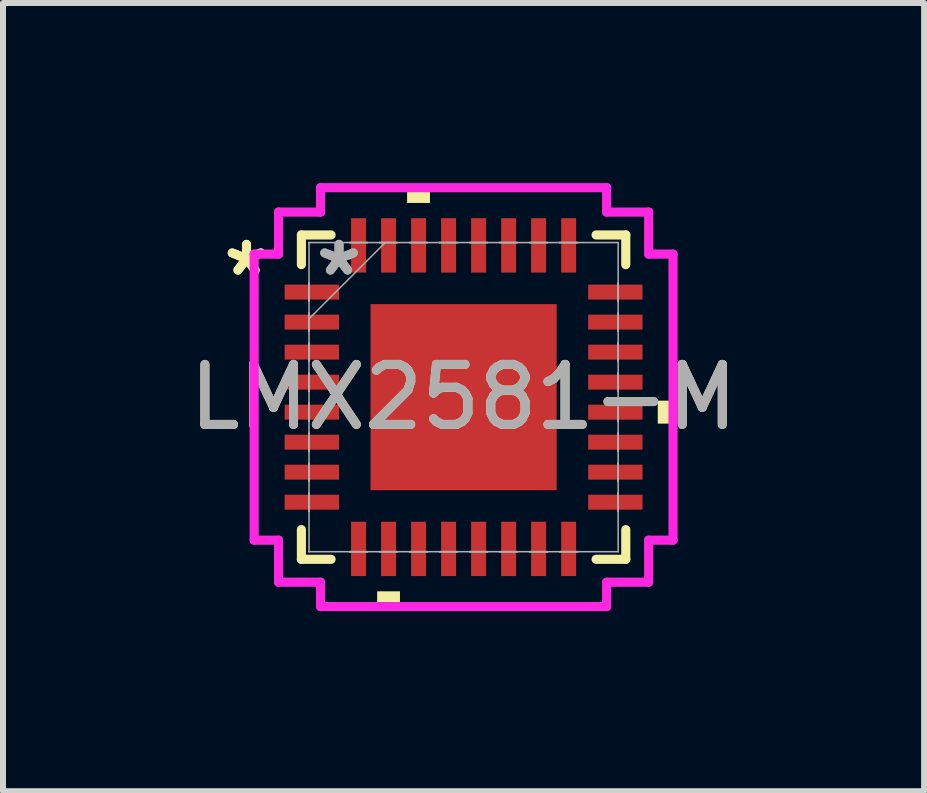
<source format=kicad_pcb>
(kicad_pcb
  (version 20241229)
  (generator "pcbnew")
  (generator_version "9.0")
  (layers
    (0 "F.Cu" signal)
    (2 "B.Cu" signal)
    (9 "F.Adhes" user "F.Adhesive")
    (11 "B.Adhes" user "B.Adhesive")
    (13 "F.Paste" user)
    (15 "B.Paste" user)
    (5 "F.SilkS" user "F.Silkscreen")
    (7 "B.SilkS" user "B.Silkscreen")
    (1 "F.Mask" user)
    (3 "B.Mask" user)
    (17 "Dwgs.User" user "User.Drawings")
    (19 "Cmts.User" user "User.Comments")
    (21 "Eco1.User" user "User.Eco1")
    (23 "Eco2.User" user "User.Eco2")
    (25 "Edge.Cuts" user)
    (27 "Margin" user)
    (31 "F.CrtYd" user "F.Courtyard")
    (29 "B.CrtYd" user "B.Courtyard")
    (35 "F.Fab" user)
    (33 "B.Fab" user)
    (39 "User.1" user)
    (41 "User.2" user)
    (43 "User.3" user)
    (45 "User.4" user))
  (footprint "LMX2581-M"
    (layer "F.Cu")
    (at 4.673 3.566)
    (property "Reference" "LMX2581-M" (at 0 0 0) (unlocked yes) (layer "F.SilkS") (effects (font (size 1 1) (thickness 0.15))))
    (attr smd)
    (fp_line (start -2.702 -2.702) (end -2.702 -2.207) (stroke (width 0.152) (type solid)) (layer "F.SilkS"))
    (fp_line (start -2.702 2.207) (end -2.702 2.702) (stroke (width 0.152) (type solid)) (layer "F.SilkS"))
    (fp_line (start -2.702 2.702) (end -2.207 2.702) (stroke (width 0.152) (type solid)) (layer "F.SilkS"))
    (fp_line (start -2.207 -2.702) (end -2.702 -2.702) (stroke (width 0.152) (type solid)) (layer "F.SilkS"))
    (fp_line (start 2.207 2.702) (end 2.702 2.702) (stroke (width 0.152) (type solid)) (layer "F.SilkS"))
    (fp_line (start 2.702 -2.702) (end 2.207 -2.702) (stroke (width 0.152) (type solid)) (layer "F.SilkS"))
    (fp_line (start 2.702 -2.207) (end 2.702 -2.702) (stroke (width 0.152) (type solid)) (layer "F.SilkS"))
    (fp_line (start 2.702 2.702) (end 2.702 2.207) (stroke (width 0.152) (type solid)) (layer "F.SilkS"))
    (fp_poly (pts (xy -1.44 3.235) (xy -1.44 3.489) (xy -1.06 3.489) (xy -1.06 3.235)) (stroke (width 0) (type solid)) (fill yes) (layer "F.SilkS"))
    (fp_poly (pts (xy -0.941 -3.235) (xy -0.941 -3.489) (xy -0.56 -3.489) (xy -0.56 -3.235)) (stroke (width 0) (type solid)) (fill yes) (layer "F.SilkS"))
    (fp_poly (pts (xy 3.489 0.059) (xy 3.489 0.441) (xy 3.235 0.441) (xy 3.235 0.059)) (stroke (width 0) (type solid)) (fill yes) (layer "F.SilkS"))
    (fp_poly (pts (xy -1.45 -1.45) (xy -1.45 -0.1) (xy -0.1 -0.1) (xy -0.1 -1.45)) (stroke (width 0) (type solid)) (fill yes) (layer "F.Paste"))
    (fp_poly (pts (xy -1.45 0.1) (xy -1.45 1.45) (xy -0.1 1.45) (xy -0.1 0.1)) (stroke (width 0) (type solid)) (fill yes) (layer "F.Paste"))
    (fp_poly (pts (xy 0.1 -1.45) (xy 0.1 -0.1) (xy 1.45 -0.1) (xy 1.45 -1.45)) (stroke (width 0) (type solid)) (fill yes) (layer "F.Paste"))
    (fp_poly (pts (xy 0.1 0.1) (xy 0.1 1.45) (xy 1.45 1.45) (xy 1.45 0.1)) (stroke (width 0) (type solid)) (fill yes) (layer "F.Paste"))
    (fp_line (start -3.489 -2.383) (end -3.083 -2.383) (stroke (width 0.152) (type solid)) (layer "F.CrtYd"))
    (fp_line (start -3.489 2.383) (end -3.489 -2.383) (stroke (width 0.152) (type solid)) (layer "F.CrtYd"))
    (fp_line (start -3.083 -3.083) (end -2.383 -3.083) (stroke (width 0.152) (type solid)) (layer "F.CrtYd"))
    (fp_line (start -3.083 -2.383) (end -3.083 -3.083) (stroke (width 0.152) (type solid)) (layer "F.CrtYd"))
    (fp_line (start -3.083 2.383) (end -3.489 2.383) (stroke (width 0.152) (type solid)) (layer "F.CrtYd"))
    (fp_line (start -3.083 3.083) (end -3.083 2.383) (stroke (width 0.152) (type solid)) (layer "F.CrtYd"))
    (fp_line (start -2.383 -3.489) (end 2.383 -3.489) (stroke (width 0.152) (type solid)) (layer "F.CrtYd"))
    (fp_line (start -2.383 -3.083) (end -2.383 -3.489) (stroke (width 0.152) (type solid)) (layer "F.CrtYd"))
    (fp_line (start -2.383 3.083) (end -3.083 3.083) (stroke (width 0.152) (type solid)) (layer "F.CrtYd"))
    (fp_line (start -2.383 3.489) (end -2.383 3.083) (stroke (width 0.152) (type solid)) (layer "F.CrtYd"))
    (fp_line (start 2.383 -3.489) (end 2.383 -3.083) (stroke (width 0.152) (type solid)) (layer "F.CrtYd"))
    (fp_line (start 2.383 -3.083) (end 3.083 -3.083) (stroke (width 0.152) (type solid)) (layer "F.CrtYd"))
    (fp_line (start 2.383 3.083) (end 2.383 3.489) (stroke (width 0.152) (type solid)) (layer "F.CrtYd"))
    (fp_line (start 2.383 3.489) (end -2.383 3.489) (stroke (width 0.152) (type solid)) (layer "F.CrtYd"))
    (fp_line (start 3.083 -3.083) (end 3.083 -2.383) (stroke (width 0.152) (type solid)) (layer "F.CrtYd"))
    (fp_line (start 3.083 -2.383) (end 3.489 -2.383) (stroke (width 0.152) (type solid)) (layer "F.CrtYd"))
    (fp_line (start 3.083 2.383) (end 3.083 3.083) (stroke (width 0.152) (type solid)) (layer "F.CrtYd"))
    (fp_line (start 3.083 3.083) (end 2.383 3.083) (stroke (width 0.152) (type solid)) (layer "F.CrtYd"))
    (fp_line (start 3.489 -2.383) (end 3.489 2.383) (stroke (width 0.152) (type solid)) (layer "F.CrtYd"))
    (fp_line (start 3.489 2.383) (end 3.083 2.383) (stroke (width 0.152) (type solid)) (layer "F.CrtYd"))
    (fp_line (start -2.575 -2.575) (end -2.575 -2.575) (stroke (width 0.025) (type solid)) (layer "F.Fab"))
    (fp_line (start -2.575 -2.575) (end -2.575 2.575) (stroke (width 0.025) (type solid)) (layer "F.Fab"))
    (fp_line (start -2.575 -1.9) (end -2.575 -1.9) (stroke (width 0.025) (type solid)) (layer "F.Fab"))
    (fp_line (start -2.575 -1.9) (end -2.575 -1.6) (stroke (width 0.025) (type solid)) (layer "F.Fab"))
    (fp_line (start -2.575 -1.6) (end -2.575 -1.9) (stroke (width 0.025) (type solid)) (layer "F.Fab"))
    (fp_line (start -2.575 -1.6) (end -2.575 -1.6) (stroke (width 0.025) (type solid)) (layer "F.Fab"))
    (fp_line (start -2.575 -1.4) (end -2.575 -1.4) (stroke (width 0.025) (type solid)) (layer "F.Fab"))
    (fp_line (start -2.575 -1.4) (end -2.575 -1.1) (stroke (width 0.025) (type solid)) (layer "F.Fab"))
    (fp_line (start -2.575 -1.305) (end -1.305 -2.575) (stroke (width 0.025) (type solid)) (layer "F.Fab"))
    (fp_line (start -2.575 -1.1) (end -2.575 -1.4) (stroke (width 0.025) (type solid)) (layer "F.Fab"))
    (fp_line (start -2.575 -1.1) (end -2.575 -1.1) (stroke (width 0.025) (type solid)) (layer "F.Fab"))
    (fp_line (start -2.575 -0.9) (end -2.575 -0.9) (stroke (width 0.025) (type solid)) (layer "F.Fab"))
    (fp_line (start -2.575 -0.9) (end -2.575 -0.6) (stroke (width 0.025) (type solid)) (layer "F.Fab"))
    (fp_line (start -2.575 -0.6) (end -2.575 -0.9) (stroke (width 0.025) (type solid)) (layer "F.Fab"))
    (fp_line (start -2.575 -0.6) (end -2.575 -0.6) (stroke (width 0.025) (type solid)) (layer "F.Fab"))
    (fp_line (start -2.575 -0.4) (end -2.575 -0.4) (stroke (width 0.025) (type solid)) (layer "F.Fab"))
    (fp_line (start -2.575 -0.4) (end -2.575 -0.1) (stroke (width 0.025) (type solid)) (layer "F.Fab"))
    (fp_line (start -2.575 -0.1) (end -2.575 -0.4) (stroke (width 0.025) (type solid)) (layer "F.Fab"))
    (fp_line (start -2.575 -0.1) (end -2.575 -0.1) (stroke (width 0.025) (type solid)) (layer "F.Fab"))
    (fp_line (start -2.575 0.1) (end -2.575 0.1) (stroke (width 0.025) (type solid)) (layer "F.Fab"))
    (fp_line (start -2.575 0.1) (end -2.575 0.4) (stroke (width 0.025) (type solid)) (layer "F.Fab"))
    (fp_line (start -2.575 0.4) (end -2.575 0.1) (stroke (width 0.025) (type solid)) (layer "F.Fab"))
    (fp_line (start -2.575 0.4) (end -2.575 0.4) (stroke (width 0.025) (type solid)) (layer "F.Fab"))
    (fp_line (start -2.575 0.6) (end -2.575 0.6) (stroke (width 0.025) (type solid)) (layer "F.Fab"))
    (fp_line (start -2.575 0.6) (end -2.575 0.9) (stroke (width 0.025) (type solid)) (layer "F.Fab"))
    (fp_line (start -2.575 0.9) (end -2.575 0.6) (stroke (width 0.025) (type solid)) (layer "F.Fab"))
    (fp_line (start -2.575 0.9) (end -2.575 0.9) (stroke (width 0.025) (type solid)) (layer "F.Fab"))
    (fp_line (start -2.575 1.1) (end -2.575 1.1) (stroke (width 0.025) (type solid)) (layer "F.Fab"))
    (fp_line (start -2.575 1.1) (end -2.575 1.4) (stroke (width 0.025) (type solid)) (layer "F.Fab"))
    (fp_line (start -2.575 1.4) (end -2.575 1.1) (stroke (width 0.025) (type solid)) (layer "F.Fab"))
    (fp_line (start -2.575 1.4) (end -2.575 1.4) (stroke (width 0.025) (type solid)) (layer "F.Fab"))
    (fp_line (start -2.575 1.6) (end -2.575 1.6) (stroke (width 0.025) (type solid)) (layer "F.Fab"))
    (fp_line (start -2.575 1.6) (end -2.575 1.9) (stroke (width 0.025) (type solid)) (layer "F.Fab"))
    (fp_line (start -2.575 1.9) (end -2.575 1.6) (stroke (width 0.025) (type solid)) (layer "F.Fab"))
    (fp_line (start -2.575 1.9) (end -2.575 1.9) (stroke (width 0.025) (type solid)) (layer "F.Fab"))
    (fp_line (start -2.575 2.575) (end -2.575 2.575) (stroke (width 0.025) (type solid)) (layer "F.Fab"))
    (fp_line (start -2.575 2.575) (end 2.575 2.575) (stroke (width 0.025) (type solid)) (layer "F.Fab"))
    (fp_line (start -1.9 -2.575) (end -1.9 -2.575) (stroke (width 0.025) (type solid)) (layer "F.Fab"))
    (fp_line (start -1.9 -2.575) (end -1.6 -2.575) (stroke (width 0.025) (type solid)) (layer "F.Fab"))
    (fp_line (start -1.9 2.575) (end -1.9 2.575) (stroke (width 0.025) (type solid)) (layer "F.Fab"))
    (fp_line (start -1.9 2.575) (end -1.6 2.575) (stroke (width 0.025) (type solid)) (layer "F.Fab"))
    (fp_line (start -1.6 -2.575) (end -1.9 -2.575) (stroke (width 0.025) (type solid)) (layer "F.Fab"))
    (fp_line (start -1.6 -2.575) (end -1.6 -2.575) (stroke (width 0.025) (type solid)) (layer "F.Fab"))
    (fp_line (start -1.6 2.575) (end -1.9 2.575) (stroke (width 0.025) (type solid)) (layer "F.Fab"))
    (fp_line (start -1.6 2.575) (end -1.6 2.575) (stroke (width 0.025) (type solid)) (layer "F.Fab"))
    (fp_line (start -1.4 -2.575) (end -1.4 -2.575) (stroke (width 0.025) (type solid)) (layer "F.Fab"))
    (fp_line (start -1.4 -2.575) (end -1.1 -2.575) (stroke (width 0.025) (type solid)) (layer "F.Fab"))
    (fp_line (start -1.4 2.575) (end -1.4 2.575) (stroke (width 0.025) (type solid)) (layer "F.Fab"))
    (fp_line (start -1.4 2.575) (end -1.1 2.575) (stroke (width 0.025) (type solid)) (layer "F.Fab"))
    (fp_line (start -1.1 -2.575) (end -1.4 -2.575) (stroke (width 0.025) (type solid)) (layer "F.Fab"))
    (fp_line (start -1.1 -2.575) (end -1.1 -2.575) (stroke (width 0.025) (type solid)) (layer "F.Fab"))
    (fp_line (start -1.1 2.575) (end -1.4 2.575) (stroke (width 0.025) (type solid)) (layer "F.Fab"))
    (fp_line (start -1.1 2.575) (end -1.1 2.575) (stroke (width 0.025) (type solid)) (layer "F.Fab"))
    (fp_line (start -0.9 -2.575) (end -0.9 -2.575) (stroke (width 0.025) (type solid)) (layer "F.Fab"))
    (fp_line (start -0.9 -2.575) (end -0.6 -2.575) (stroke (width 0.025) (type solid)) (layer "F.Fab"))
    (fp_line (start -0.9 2.575) (end -0.9 2.575) (stroke (width 0.025) (type solid)) (layer "F.Fab"))
    (fp_line (start -0.9 2.575) (end -0.6 2.575) (stroke (width 0.025) (type solid)) (layer "F.Fab"))
    (fp_line (start -0.6 -2.575) (end -0.9 -2.575) (stroke (width 0.025) (type solid)) (layer "F.Fab"))
    (fp_line (start -0.6 -2.575) (end -0.6 -2.575) (stroke (width 0.025) (type solid)) (layer "F.Fab"))
    (fp_line (start -0.6 2.575) (end -0.9 2.575) (stroke (width 0.025) (type solid)) (layer "F.Fab"))
    (fp_line (start -0.6 2.575) (end -0.6 2.575) (stroke (width 0.025) (type solid)) (layer "F.Fab"))
    (fp_line (start -0.4 -2.575) (end -0.4 -2.575) (stroke (width 0.025) (type solid)) (layer "F.Fab"))
    (fp_line (start -0.4 -2.575) (end -0.1 -2.575) (stroke (width 0.025) (type solid)) (layer "F.Fab"))
    (fp_line (start -0.4 2.575) (end -0.4 2.575) (stroke (width 0.025) (type solid)) (layer "F.Fab"))
    (fp_line (start -0.4 2.575) (end -0.1 2.575) (stroke (width 0.025) (type solid)) (layer "F.Fab"))
    (fp_line (start -0.1 -2.575) (end -0.4 -2.575) (stroke (width 0.025) (type solid)) (layer "F.Fab"))
    (fp_line (start -0.1 -2.575) (end -0.1 -2.575) (stroke (width 0.025) (type solid)) (layer "F.Fab"))
    (fp_line (start -0.1 2.575) (end -0.4 2.575) (stroke (width 0.025) (type solid)) (layer "F.Fab"))
    (fp_line (start -0.1 2.575) (end -0.1 2.575) (stroke (width 0.025) (type solid)) (layer "F.Fab"))
    (fp_line (start 0.1 -2.575) (end 0.1 -2.575) (stroke (width 0.025) (type solid)) (layer "F.Fab"))
    (fp_line (start 0.1 -2.575) (end 0.4 -2.575) (stroke (width 0.025) (type solid)) (layer "F.Fab"))
    (fp_line (start 0.1 2.575) (end 0.1 2.575) (stroke (width 0.025) (type solid)) (layer "F.Fab"))
    (fp_line (start 0.1 2.575) (end 0.4 2.575) (stroke (width 0.025) (type solid)) (layer "F.Fab"))
    (fp_line (start 0.4 -2.575) (end 0.1 -2.575) (stroke (width 0.025) (type solid)) (layer "F.Fab"))
    (fp_line (start 0.4 -2.575) (end 0.4 -2.575) (stroke (width 0.025) (type solid)) (layer "F.Fab"))
    (fp_line (start 0.4 2.575) (end 0.1 2.575) (stroke (width 0.025) (type solid)) (layer "F.Fab"))
    (fp_line (start 0.4 2.575) (end 0.4 2.575) (stroke (width 0.025) (type solid)) (layer "F.Fab"))
    (fp_line (start 0.6 -2.575) (end 0.6 -2.575) (stroke (width 0.025) (type solid)) (layer "F.Fab"))
    (fp_line (start 0.6 -2.575) (end 0.9 -2.575) (stroke (width 0.025) (type solid)) (layer "F.Fab"))
    (fp_line (start 0.6 2.575) (end 0.6 2.575) (stroke (width 0.025) (type solid)) (layer "F.Fab"))
    (fp_line (start 0.6 2.575) (end 0.9 2.575) (stroke (width 0.025) (type solid)) (layer "F.Fab"))
    (fp_line (start 0.9 -2.575) (end 0.6 -2.575) (stroke (width 0.025) (type solid)) (layer "F.Fab"))
    (fp_line (start 0.9 -2.575) (end 0.9 -2.575) (stroke (width 0.025) (type solid)) (layer "F.Fab"))
    (fp_line (start 0.9 2.575) (end 0.6 2.575) (stroke (width 0.025) (type solid)) (layer "F.Fab"))
    (fp_line (start 0.9 2.575) (end 0.9 2.575) (stroke (width 0.025) (type solid)) (layer "F.Fab"))
    (fp_line (start 1.1 -2.575) (end 1.1 -2.575) (stroke (width 0.025) (type solid)) (layer "F.Fab"))
    (fp_line (start 1.1 -2.575) (end 1.4 -2.575) (stroke (width 0.025) (type solid)) (layer "F.Fab"))
    (fp_line (start 1.1 2.575) (end 1.1 2.575) (stroke (width 0.025) (type solid)) (layer "F.Fab"))
    (fp_line (start 1.1 2.575) (end 1.4 2.575) (stroke (width 0.025) (type solid)) (layer "F.Fab"))
    (fp_line (start 1.4 -2.575) (end 1.1 -2.575) (stroke (width 0.025) (type solid)) (layer "F.Fab"))
    (fp_line (start 1.4 -2.575) (end 1.4 -2.575) (stroke (width 0.025) (type solid)) (layer "F.Fab"))
    (fp_line (start 1.4 2.575) (end 1.1 2.575) (stroke (width 0.025) (type solid)) (layer "F.Fab"))
    (fp_line (start 1.4 2.575) (end 1.4 2.575) (stroke (width 0.025) (type solid)) (layer "F.Fab"))
    (fp_line (start 1.6 -2.575) (end 1.6 -2.575) (stroke (width 0.025) (type solid)) (layer "F.Fab"))
    (fp_line (start 1.6 -2.575) (end 1.9 -2.575) (stroke (width 0.025) (type solid)) (layer "F.Fab"))
    (fp_line (start 1.6 2.575) (end 1.6 2.575) (stroke (width 0.025) (type solid)) (layer "F.Fab"))
    (fp_line (start 1.6 2.575) (end 1.9 2.575) (stroke (width 0.025) (type solid)) (layer "F.Fab"))
    (fp_line (start 1.9 -2.575) (end 1.6 -2.575) (stroke (width 0.025) (type solid)) (layer "F.Fab"))
    (fp_line (start 1.9 -2.575) (end 1.9 -2.575) (stroke (width 0.025) (type solid)) (layer "F.Fab"))
    (fp_line (start 1.9 2.575) (end 1.6 2.575) (stroke (width 0.025) (type solid)) (layer "F.Fab"))
    (fp_line (start 1.9 2.575) (end 1.9 2.575) (stroke (width 0.025) (type solid)) (layer "F.Fab"))
    (fp_line (start 2.575 -2.575) (end -2.575 -2.575) (stroke (width 0.025) (type solid)) (layer "F.Fab"))
    (fp_line (start 2.575 -2.575) (end 2.575 -2.575) (stroke (width 0.025) (type solid)) (layer "F.Fab"))
    (fp_line (start 2.575 -1.9) (end 2.575 -1.9) (stroke (width 0.025) (type solid)) (layer "F.Fab"))
    (fp_line (start 2.575 -1.9) (end 2.575 -1.6) (stroke (width 0.025) (type solid)) (layer "F.Fab"))
    (fp_line (start 2.575 -1.6) (end 2.575 -1.9) (stroke (width 0.025) (type solid)) (layer "F.Fab"))
    (fp_line (start 2.575 -1.6) (end 2.575 -1.6) (stroke (width 0.025) (type solid)) (layer "F.Fab"))
    (fp_line (start 2.575 -1.4) (end 2.575 -1.4) (stroke (width 0.025) (type solid)) (layer "F.Fab"))
    (fp_line (start 2.575 -1.4) (end 2.575 -1.1) (stroke (width 0.025) (type solid)) (layer "F.Fab"))
    (fp_line (start 2.575 -1.1) (end 2.575 -1.4) (stroke (width 0.025) (type solid)) (layer "F.Fab"))
    (fp_line (start 2.575 -1.1) (end 2.575 -1.1) (stroke (width 0.025) (type solid)) (layer "F.Fab"))
    (fp_line (start 2.575 -0.9) (end 2.575 -0.9) (stroke (width 0.025) (type solid)) (layer "F.Fab"))
    (fp_line (start 2.575 -0.9) (end 2.575 -0.6) (stroke (width 0.025) (type solid)) (layer "F.Fab"))
    (fp_line (start 2.575 -0.6) (end 2.575 -0.9) (stroke (width 0.025) (type solid)) (layer "F.Fab"))
    (fp_line (start 2.575 -0.6) (end 2.575 -0.6) (stroke (width 0.025) (type solid)) (layer "F.Fab"))
    (fp_line (start 2.575 -0.4) (end 2.575 -0.4) (stroke (width 0.025) (type solid)) (layer "F.Fab"))
    (fp_line (start 2.575 -0.4) (end 2.575 -0.1) (stroke (width 0.025) (type solid)) (layer "F.Fab"))
    (fp_line (start 2.575 -0.1) (end 2.575 -0.4) (stroke (width 0.025) (type solid)) (layer "F.Fab"))
    (fp_line (start 2.575 -0.1) (end 2.575 -0.1) (stroke (width 0.025) (type solid)) (layer "F.Fab"))
    (fp_line (start 2.575 0.1) (end 2.575 0.1) (stroke (width 0.025) (type solid)) (layer "F.Fab"))
    (fp_line (start 2.575 0.1) (end 2.575 0.4) (stroke (width 0.025) (type solid)) (layer "F.Fab"))
    (fp_line (start 2.575 0.4) (end 2.575 0.1) (stroke (width 0.025) (type solid)) (layer "F.Fab"))
    (fp_line (start 2.575 0.4) (end 2.575 0.4) (stroke (width 0.025) (type solid)) (layer "F.Fab"))
    (fp_line (start 2.575 0.6) (end 2.575 0.6) (stroke (width 0.025) (type solid)) (layer "F.Fab"))
    (fp_line (start 2.575 0.6) (end 2.575 0.9) (stroke (width 0.025) (type solid)) (layer "F.Fab"))
    (fp_line (start 2.575 0.9) (end 2.575 0.6) (stroke (width 0.025) (type solid)) (layer "F.Fab"))
    (fp_line (start 2.575 0.9) (end 2.575 0.9) (stroke (width 0.025) (type solid)) (layer "F.Fab"))
    (fp_line (start 2.575 1.1) (end 2.575 1.1) (stroke (width 0.025) (type solid)) (layer "F.Fab"))
    (fp_line (start 2.575 1.1) (end 2.575 1.4) (stroke (width 0.025) (type solid)) (layer "F.Fab"))
    (fp_line (start 2.575 1.4) (end 2.575 1.1) (stroke (width 0.025) (type solid)) (layer "F.Fab"))
    (fp_line (start 2.575 1.4) (end 2.575 1.4) (stroke (width 0.025) (type solid)) (layer "F.Fab"))
    (fp_line (start 2.575 1.6) (end 2.575 1.6) (stroke (width 0.025) (type solid)) (layer "F.Fab"))
    (fp_line (start 2.575 1.6) (end 2.575 1.9) (stroke (width 0.025) (type solid)) (layer "F.Fab"))
    (fp_line (start 2.575 1.9) (end 2.575 1.6) (stroke (width 0.025) (type solid)) (layer "F.Fab"))
    (fp_line (start 2.575 1.9) (end 2.575 1.9) (stroke (width 0.025) (type solid)) (layer "F.Fab"))
    (fp_line (start 2.575 2.575) (end 2.575 -2.575) (stroke (width 0.025) (type solid)) (layer "F.Fab"))
    (fp_line (start 2.575 2.575) (end 2.575 2.575) (stroke (width 0.025) (type solid)) (layer "F.Fab"))
    (fp_text user "*" (at -3.616 -2 0) (unlocked yes) (layer "F.SilkS") (effects (font (size 1 1) (thickness 0.15))))
    (fp_text user "*" (at -3.616 -2 0) (layer "F.SilkS") (effects (font (size 1 1) (thickness 0.15))))
    (fp_text user "${REFERENCE}" (at 0 0 0) (unlocked yes) (layer "F.Fab") (effects (font (size 1 1) (thickness 0.15))))
    (fp_text user "*" (at -2.075 -2 0) (layer "F.Fab") (effects (font (size 1 1) (thickness 0.15))))
    (fp_text user "*" (at -2.075 -2 0) (unlocked yes) (layer "F.Fab") (effects (font (size 1 1) (thickness 0.15))))
    (pad "1" smd rect (at -2.528 -1.75 90) (size 0.249 0.906) (layers "F.Cu" "F.Mask" "F.Paste"))
    (pad "2" smd rect (at -2.528 -1.25 90) (size 0.249 0.906) (layers "F.Cu" "F.Mask" "F.Paste"))
    (pad "3" smd rect (at -2.528 -0.75 90) (size 0.249 0.906) (layers "F.Cu" "F.Mask" "F.Paste"))
    (pad "4" smd rect (at -2.528 -0.25 90) (size 0.249 0.906) (layers "F.Cu" "F.Mask" "F.Paste"))
    (pad "5" smd rect (at -2.528 0.25 90) (size 0.249 0.906) (layers "F.Cu" "F.Mask" "F.Paste"))
    (pad "6" smd rect (at -2.528 0.75 90) (size 0.249 0.906) (layers "F.Cu" "F.Mask" "F.Paste"))
    (pad "7" smd rect (at -2.528 1.25 90) (size 0.249 0.906) (layers "F.Cu" "F.Mask" "F.Paste"))
    (pad "8" smd rect (at -2.528 1.75 90) (size 0.249 0.906) (layers "F.Cu" "F.Mask" "F.Paste"))
    (pad "9" smd rect (at -1.75 2.528) (size 0.249 0.906) (layers "F.Cu" "F.Mask" "F.Paste"))
    (pad "10" smd rect (at -1.25 2.528) (size 0.249 0.906) (layers "F.Cu" "F.Mask" "F.Paste"))
    (pad "11" smd rect (at -0.75 2.528) (size 0.249 0.906) (layers "F.Cu" "F.Mask" "F.Paste"))
    (pad "12" smd rect (at -0.25 2.528) (size 0.249 0.906) (layers "F.Cu" "F.Mask" "F.Paste"))
    (pad "13" smd rect (at 0.25 2.528) (size 0.249 0.906) (layers "F.Cu" "F.Mask" "F.Paste"))
    (pad "14" smd rect (at 0.75 2.528) (size 0.249 0.906) (layers "F.Cu" "F.Mask" "F.Paste"))
    (pad "15" smd rect (at 1.25 2.528) (size 0.249 0.906) (layers "F.Cu" "F.Mask" "F.Paste"))
    (pad "16" smd rect (at 1.75 2.528) (size 0.249 0.906) (layers "F.Cu" "F.Mask" "F.Paste"))
    (pad "17" smd rect (at 2.528 1.75 90) (size 0.249 0.906) (layers "F.Cu" "F.Mask" "F.Paste"))
    (pad "18" smd rect (at 2.528 1.25 90) (size 0.249 0.906) (layers "F.Cu" "F.Mask" "F.Paste"))
    (pad "19" smd rect (at 2.528 0.75 90) (size 0.249 0.906) (layers "F.Cu" "F.Mask" "F.Paste"))
    (pad "20" smd rect (at 2.528 0.25 90) (size 0.249 0.906) (layers "F.Cu" "F.Mask" "F.Paste"))
    (pad "21" smd rect (at 2.528 -0.25 90) (size 0.249 0.906) (layers "F.Cu" "F.Mask" "F.Paste"))
    (pad "22" smd rect (at 2.528 -0.75 90) (size 0.249 0.906) (layers "F.Cu" "F.Mask" "F.Paste"))
    (pad "23" smd rect (at 2.528 -1.25 90) (size 0.249 0.906) (layers "F.Cu" "F.Mask" "F.Paste"))
    (pad "24" smd rect (at 2.528 -1.75 90) (size 0.249 0.906) (layers "F.Cu" "F.Mask" "F.Paste"))
    (pad "25" smd rect (at 1.75 -2.528) (size 0.249 0.906) (layers "F.Cu" "F.Mask" "F.Paste"))
    (pad "26" smd rect (at 1.25 -2.528) (size 0.249 0.906) (layers "F.Cu" "F.Mask" "F.Paste"))
    (pad "27" smd rect (at 0.75 -2.528) (size 0.249 0.906) (layers "F.Cu" "F.Mask" "F.Paste"))
    (pad "28" smd rect (at 0.25 -2.528) (size 0.249 0.906) (layers "F.Cu" "F.Mask" "F.Paste"))
    (pad "29" smd rect (at -0.25 -2.528) (size 0.249 0.906) (layers "F.Cu" "F.Mask" "F.Paste"))
    (pad "30" smd rect (at -0.75 -2.528) (size 0.249 0.906) (layers "F.Cu" "F.Mask" "F.Paste"))
    (pad "31" smd rect (at -1.25 -2.528) (size 0.249 0.906) (layers "F.Cu" "F.Mask" "F.Paste"))
    (pad "32" smd rect (at -1.75 -2.528) (size 0.249 0.906) (layers "F.Cu" "F.Mask" "F.Paste"))
    (pad "33" smd rect (at 0 0) (size 3.1 3.1) (layers "F.Cu" "F.Mask" "F.Paste")))
  (gr_rect
    (start -3 -3)
    (end 12.345 10.131)
    (stroke (width 0.1) (type default))
    (fill no)
    (layer "Edge.Cuts")))
</source>
